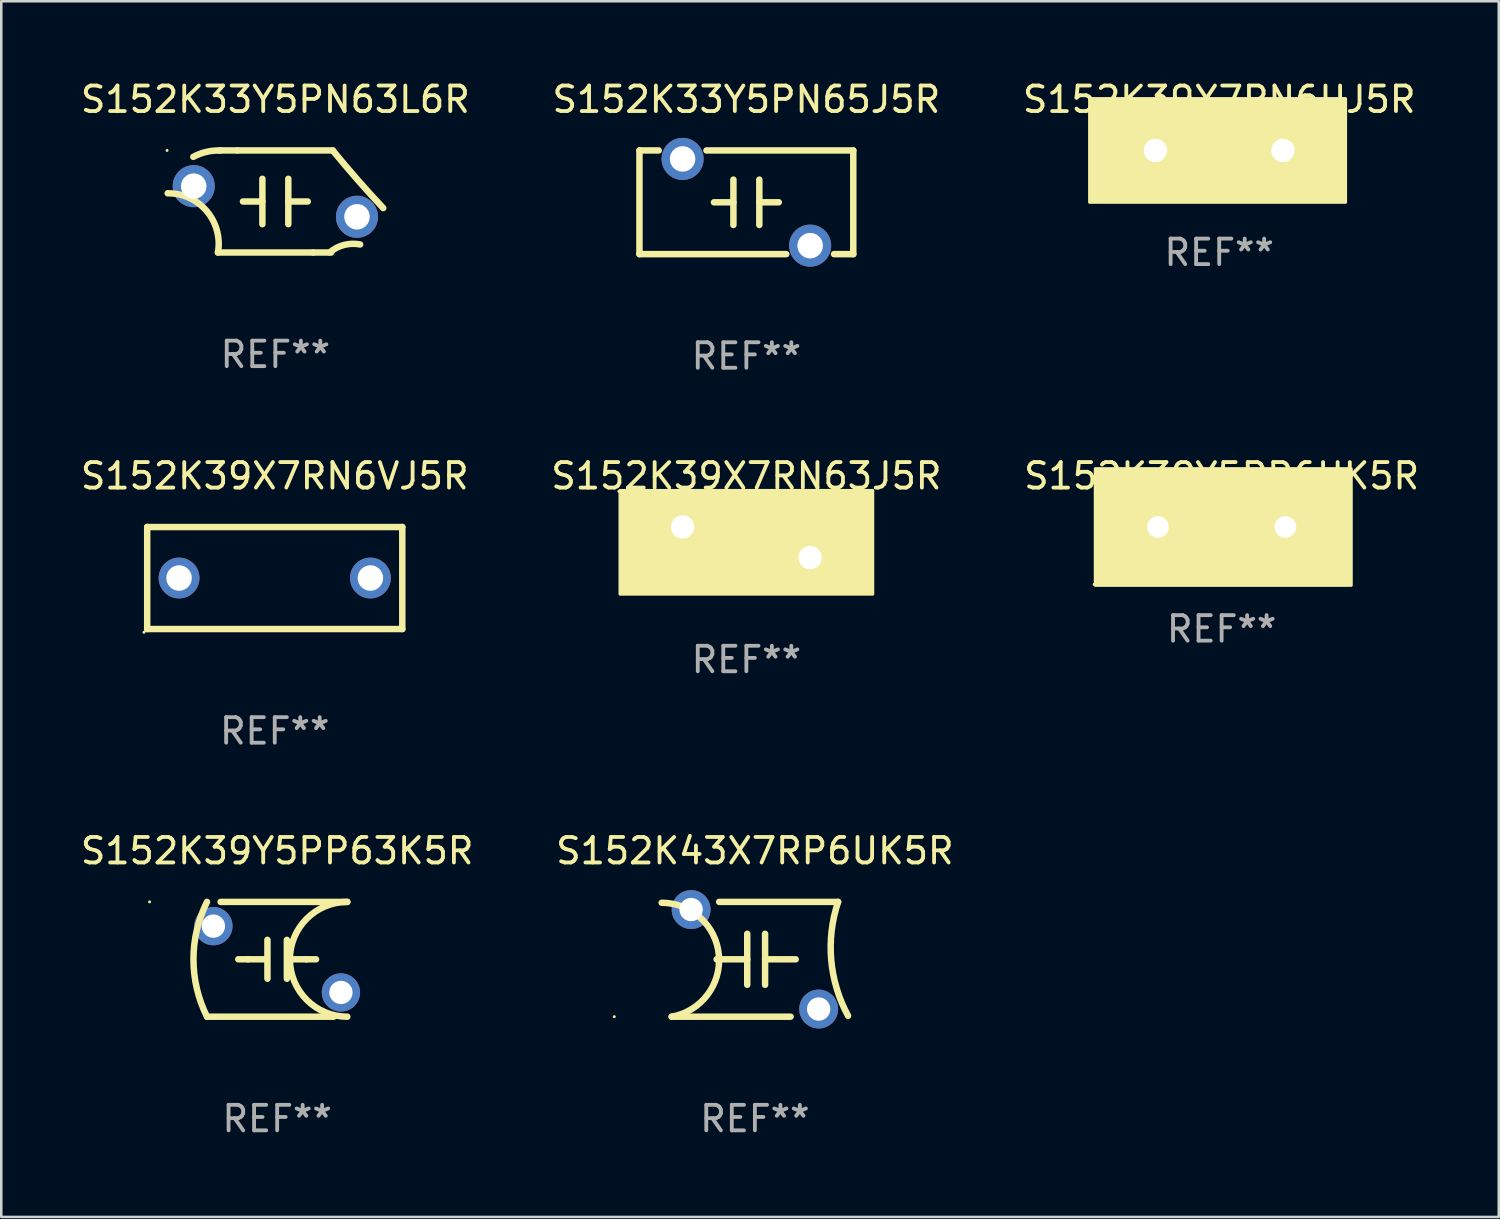
<source format=kicad_pcb>
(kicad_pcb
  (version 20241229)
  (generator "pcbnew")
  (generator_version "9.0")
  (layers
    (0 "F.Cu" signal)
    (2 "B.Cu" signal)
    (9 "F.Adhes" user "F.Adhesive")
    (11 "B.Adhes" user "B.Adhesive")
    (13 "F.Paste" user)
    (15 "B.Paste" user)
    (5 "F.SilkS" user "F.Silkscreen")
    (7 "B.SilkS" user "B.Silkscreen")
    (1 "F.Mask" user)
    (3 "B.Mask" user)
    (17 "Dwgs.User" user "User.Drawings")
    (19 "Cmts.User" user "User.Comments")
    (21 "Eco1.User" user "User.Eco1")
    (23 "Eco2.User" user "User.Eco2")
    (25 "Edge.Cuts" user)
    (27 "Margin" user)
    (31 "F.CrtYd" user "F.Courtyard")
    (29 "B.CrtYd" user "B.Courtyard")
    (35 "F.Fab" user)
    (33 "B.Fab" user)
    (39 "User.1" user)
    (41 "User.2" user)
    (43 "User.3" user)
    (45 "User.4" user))
  (footprint "S152K39X7RN6VJ5R"
    (layer "F.Cu")
    (at 7.72 19.609)
    (property "Reference" "S152K39X7RN6VJ5R" (at 0 -4 0) (layer "F.SilkS") (effects (font (size 1 1) (thickness 0.15))))
    (attr through_hole)
    (fp_line (start -5 -2) (end 5 -2) (stroke (width 0.254) (type solid)) (layer "F.SilkS"))
    (fp_line (start -5 2) (end -5 -2) (stroke (width 0.254) (type solid)) (layer "F.SilkS"))
    (fp_line (start 5 -2) (end 5 2) (stroke (width 0.254) (type solid)) (layer "F.SilkS"))
    (fp_line (start 5 2) (end -5 2) (stroke (width 0.254) (type solid)) (layer "F.SilkS"))
    (fp_circle (center -5.127 2.127) (end -5.097 2.127) (stroke (width 0.06) (type solid)) (fill no) (layer "F.SilkS"))
    (fp_text user "REF**" (at 0 6 0) (layer "F.Fab") (effects (font (size 1 1) (thickness 0.15))))
    (pad "1" thru_hole circle (at -3.75 0) (size 1.6 1.6) (drill 1) (layers "*.Cu" "*.Mask"))
    (pad "2" thru_hole circle (at 3.75 0) (size 1.6 1.6) (drill 1) (layers "*.Cu" "*.Mask")))
  (footprint "S152K39X7RN6UJ5R"
    (layer "F.Cu")
    (at 44.744 2.848)
    (property "Reference" "S152K39X7RN6UJ5R" (at 0 -2 0) (layer "F.SilkS") (effects (font (size 1 1) (thickness 0.15))))
    (attr through_hole)
    (fp_circle (center -5 2) (end -4.97 2) (stroke (width 0.06) (type solid)) (fill no) (layer "F.SilkS"))
    (fp_poly (pts (xy -5.08 -2.032) (xy 4.953 -2.032) (xy 4.953 2.032) (xy -5.08 2.032)) (stroke (width 0.12) (type solid)) (fill yes) (layer "F.SilkS"))
    (fp_text user "REF**" (at 0 4 0) (layer "F.Fab") (effects (font (size 1 1) (thickness 0.15))))
    (pad "1" thru_hole circle (at -2.5 0) (size 1.524 1.524) (drill 0.914) (layers "*.Cu" "*.Mask"))
    (pad "2" thru_hole circle (at 2.5 0) (size 1.524 1.524) (drill 0.914) (layers "*.Cu" "*.Mask")))
  (footprint "S152K43X7RP6UK5R"
    (layer "F.Cu")
    (at 26.542 34.555)
    (property "Reference" "S152K43X7RP6UK5R" (at 0 -4.25 0) (layer "F.SilkS") (effects (font (size 1 1) (thickness 0.15))))
    (attr through_hole)
    (fp_line (start -3.262 2.25) (end 1.4 2.25) (stroke (width 0.254) (type solid)) (layer "F.SilkS"))
    (fp_line (start -1.5 0) (end -0.3 0) (stroke (width 0.254) (type solid)) (layer "F.SilkS"))
    (fp_line (start -0.3 -1) (end -0.3 1) (stroke (width 0.254) (type solid)) (layer "F.SilkS"))
    (fp_line (start 0.4 -1) (end 0.4 1) (stroke (width 0.254) (type solid)) (layer "F.SilkS"))
    (fp_line (start 1.6 0) (end 0.4 0) (stroke (width 0.254) (type solid)) (layer "F.SilkS"))
    (fp_line (start 3.262 -2.25) (end -1.4 -2.25) (stroke (width 0.254) (type solid)) (layer "F.SilkS"))
    (fp_arc (start -3.652909 -2.215824) (mid -1.411448 -0.16182) (end -3.262433 2.250013) (stroke (width 0.254001) (type solid)) (layer "F.SilkS"))
    (fp_arc (start 3.653085 2.215825) (mid 2.992593 0.023597) (end 3.262433 -2.250013) (stroke (width 0.254001) (type solid)) (layer "F.SilkS"))
    (fp_circle (center -5.512 2.25) (end -5.482 2.25) (stroke (width 0.06) (type solid)) (fill no) (layer "F.SilkS"))
    (fp_text user "REF**" (at 0 6.25 0) (layer "F.Fab") (effects (font (size 1 1) (thickness 0.15))))
    (pad "1" thru_hole circle (at -2.5 -1.95) (size 1.524 1.524) (drill 0.914) (layers "*.Cu" "*.Mask"))
    (pad "2" thru_hole circle (at 2.5 1.95) (size 1.524 1.524) (drill 0.914) (layers "*.Cu" "*.Mask")))
  (footprint "S152K39Y5PP63K5R"
    (layer "F.Cu")
    (at 7.815 34.555)
    (property "Reference" "S152K39Y5PP63K5R" (at 0 -4.25 0) (layer "F.SilkS") (effects (font (size 1 1) (thickness 0.15))))
    (attr through_hole)
    (fp_line (start -2.75 2.25) (end 2.217 2.25) (stroke (width 0.254) (type solid)) (layer "F.SilkS"))
    (fp_line (start -1.143 0) (end -1.524 0) (stroke (width 0.254) (type solid)) (layer "F.SilkS"))
    (fp_line (start -1.143 0) (end -0.508 0) (stroke (width 0.254) (type solid)) (layer "F.SilkS"))
    (fp_line (start -0.381 -0.762) (end -0.381 0.762) (stroke (width 0.254) (type solid)) (layer "F.SilkS"))
    (fp_line (start 0.381 -0.762) (end 0.381 0.762) (stroke (width 0.254) (type solid)) (layer "F.SilkS"))
    (fp_line (start 1.143 0) (end 0.508 0) (stroke (width 0.254) (type solid)) (layer "F.SilkS"))
    (fp_line (start 1.143 0) (end 1.524 0) (stroke (width 0.254) (type solid)) (layer "F.SilkS"))
    (fp_line (start 2.75 -2.25) (end -2.217 -2.25) (stroke (width 0.254) (type solid)) (layer "F.SilkS"))
    (fp_arc (start -2.749962 2.250013) (mid -3.281118 0) (end -2.749962 -2.250013) (stroke (width 0.254001) (type solid)) (layer "F.SilkS"))
    (fp_arc (start 2.749962 2.250013) (mid 0.499949 0) (end 2.749962 -2.250013) (stroke (width 0.254001) (type solid)) (layer "F.SilkS"))
    (fp_circle (center -5 -2.25) (end -4.97 -2.25) (stroke (width 0.06) (type solid)) (fill no) (layer "F.SilkS"))
    (fp_text user "REF**" (at 0 6.25 0) (layer "F.Fab") (effects (font (size 1 1) (thickness 0.15))))
    (pad "1" thru_hole circle (at -2.5 -1.3) (size 1.5 1.5) (drill 0.914) (layers "*.Cu" "*.Mask"))
    (pad "2" thru_hole circle (at 2.5 1.3) (size 1.5 1.5) (drill 0.914) (layers "*.Cu" "*.Mask")))
  (footprint "S152K33Y5PN63L6R"
    (layer "F.Cu")
    (at 7.744 4.848)
    (property "Reference" "S152K33Y5PN63L6R" (at 0 -4 0) (layer "F.SilkS") (effects (font (size 1 1) (thickness 0.15))))
    (attr through_hole)
    (fp_line (start -2.25 2) (end 1.487 2) (stroke (width 0.254) (type solid)) (layer "F.SilkS"))
    (fp_line (start -1.487 -2) (end -2.187 -2) (stroke (width 0.254) (type solid)) (layer "F.SilkS"))
    (fp_line (start -0.508 -0.889) (end -0.508 0.889) (stroke (width 0.254) (type solid)) (layer "F.SilkS"))
    (fp_line (start -0.508 0) (end -1.27 0) (stroke (width 0.254) (type solid)) (layer "F.SilkS"))
    (fp_line (start 0.508 0) (end 1.27 0) (stroke (width 0.254) (type solid)) (layer "F.SilkS"))
    (fp_line (start 0.508 0.889) (end 0.508 -0.889) (stroke (width 0.254) (type solid)) (layer "F.SilkS"))
    (fp_line (start 1.487 2) (end 2.187 2) (stroke (width 0.254) (type solid)) (layer "F.SilkS"))
    (fp_line (start 2.25 -2) (end -1.487 -2) (stroke (width 0.254) (type solid)) (layer "F.SilkS"))
    (fp_arc (start -4.220269 -0.320624) (mid -2.690162 0.376965) (end -2.25014 2) (stroke (width 0.254001) (type solid)) (layer "F.SilkS"))
    (fp_arc (start -3.215646 -1.749174) (mid -2.698632 -1.944941) (end -2.148311 -1.997612) (stroke (width 0.254001) (type solid)) (layer "F.SilkS"))
    (fp_arc (start 2.131953 1.996748) (mid 2.692153 1.704697) (end 3.323597 1.684785) (stroke (width 0.254001) (type solid)) (layer "F.SilkS"))
    (fp_arc (start 4.229007 0.258979) (mid 3.2203 -0.853703) (end 2.249962 -2) (stroke (width 0.254001) (type solid)) (layer "F.SilkS"))
    (fp_circle (center -4.246 -2) (end -4.216 -2) (stroke (width 0.06) (type solid)) (fill no) (layer "F.SilkS"))
    (fp_text user "REF**" (at 0 6 0) (layer "F.Fab") (effects (font (size 1 1) (thickness 0.15))))
    (pad "1" thru_hole circle (at -3.2 -0.6) (size 1.65 1.65) (drill 1) (layers "*.Cu" "*.Mask"))
    (pad "2" thru_hole circle (at 3.2 0.6) (size 1.65 1.65) (drill 1) (layers "*.Cu" "*.Mask")))
  (footprint "S152K33Y5PN65J5R"
    (layer "F.Cu")
    (at 26.208 4.88)
    (property "Reference" "S152K33Y5PN65J5R" (at 0 -4.032 0) (layer "F.SilkS") (effects (font (size 1 1) (thickness 0.15))))
    (attr through_hole)
    (fp_line (start -4.191 -2.032) (end -3.436 -2.032) (stroke (width 0.254) (type solid)) (layer "F.SilkS"))
    (fp_line (start -4.191 2.032) (end -4.191 -2.032) (stroke (width 0.254) (type solid)) (layer "F.SilkS"))
    (fp_line (start -1.564 -2.032) (end 4.191 -2.032) (stroke (width 0.254) (type solid)) (layer "F.SilkS"))
    (fp_line (start -0.508 0) (end -1.27 0) (stroke (width 0.254) (type solid)) (layer "F.SilkS"))
    (fp_line (start -0.508 0.889) (end -0.508 -0.889) (stroke (width 0.254) (type solid)) (layer "F.SilkS"))
    (fp_line (start 0.508 -0.889) (end 0.508 0.889) (stroke (width 0.254) (type solid)) (layer "F.SilkS"))
    (fp_line (start 0.508 0) (end 1.27 0) (stroke (width 0.254) (type solid)) (layer "F.SilkS"))
    (fp_line (start 1.564 2.032) (end -4.191 2.032) (stroke (width 0.254) (type solid)) (layer "F.SilkS"))
    (fp_line (start 4.191 -2.032) (end 4.191 2.032) (stroke (width 0.254) (type solid)) (layer "F.SilkS"))
    (fp_line (start 4.191 2.032) (end 3.436 2.032) (stroke (width 0.254) (type solid)) (layer "F.SilkS"))
    (fp_circle (center -4.25 2) (end -4.22 2) (stroke (width 0.06) (type solid)) (fill no) (layer "F.SilkS"))
    (fp_text user "REF**" (at 0 6.032 0) (layer "F.Fab") (effects (font (size 1 1) (thickness 0.15))))
    (pad "1" thru_hole circle (at -2.5 -1.7) (size 1.65 1.65) (drill 1) (layers "*.Cu" "*.Mask"))
    (pad "2" thru_hole circle (at 2.5 1.7) (size 1.65 1.65) (drill 1) (layers "*.Cu" "*.Mask")))
  (footprint "S152K39X7RN63J5R"
    (layer "F.Cu")
    (at 26.208 18.209)
    (property "Reference" "S152K39X7RN63J5R" (at 0 -2.6 0) (layer "F.SilkS") (effects (font (size 1 1) (thickness 0.15))))
    (attr through_hole)
    (fp_circle (center -5 -2) (end -4.97 -2) (stroke (width 0.06) (type solid)) (fill no) (layer "F.SilkS"))
    (fp_poly (pts (xy -4.953 -2.032) (xy 4.953 -2.032) (xy 4.953 2.032) (xy -4.953 2.032)) (stroke (width 0.12) (type solid)) (fill yes) (layer "F.SilkS"))
    (fp_text user "REF**" (at 0 4.6 0) (layer "F.Fab") (effects (font (size 1 1) (thickness 0.15))))
    (pad "1" thru_hole circle (at -2.5 -0.6) (size 1.524 1.524) (drill 0.914) (layers "*.Cu" "*.Mask"))
    (pad "2" thru_hole circle (at 2.5 0.6) (size 1.524 1.524) (drill 0.914) (layers "*.Cu" "*.Mask")))
  (footprint "S152K39Y5PP6UK5R"
    (layer "F.Cu")
    (at 44.839 17.609)
    (property "Reference" "S152K39Y5PP6UK5R" (at 0 -2 0) (layer "F.SilkS") (effects (font (size 1 1) (thickness 0.15))))
    (attr through_hole)
    (fp_circle (center -5 2.25) (end -4.97 2.25) (stroke (width 0.06) (type solid)) (fill no) (layer "F.SilkS"))
    (fp_poly (pts (xy -4.953 -2.286) (xy 5.08 -2.286) (xy 5.08 2.286) (xy -4.953 2.286)) (stroke (width 0.12) (type solid)) (fill yes) (layer "F.SilkS"))
    (fp_text user "REF**" (at 0 4 0) (layer "F.Fab") (effects (font (size 1 1) (thickness 0.15))))
    (pad "1" thru_hole circle (at -2.5 0) (size 1.524 1.524) (drill 0.85) (layers "*.Cu" "*.Mask"))
    (pad "2" thru_hole circle (at 2.5 0) (size 1.524 1.524) (drill 0.85) (layers "*.Cu" "*.Mask")))
  (gr_rect
    (start -3 -3)
    (end 55.702 44.654)
    (stroke (width 0.1) (type default))
    (fill no)
    (layer "Edge.Cuts")))
</source>
